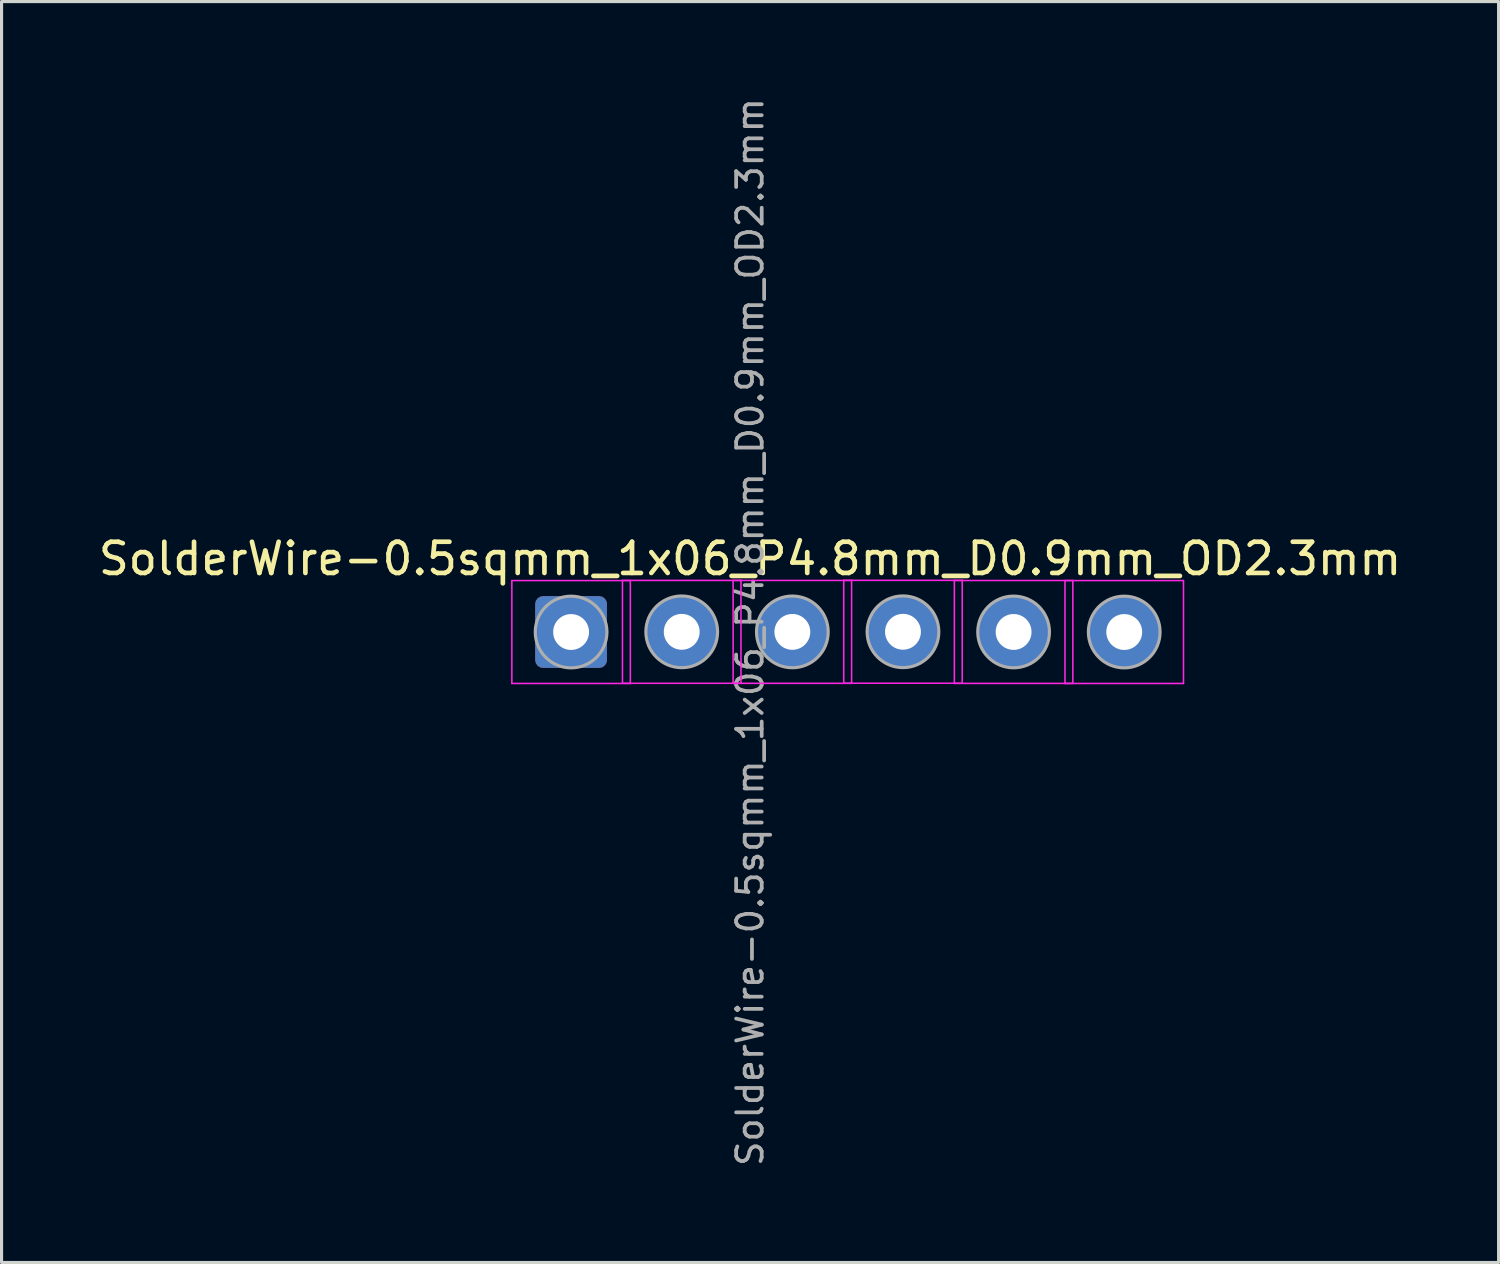
<source format=kicad_pcb>
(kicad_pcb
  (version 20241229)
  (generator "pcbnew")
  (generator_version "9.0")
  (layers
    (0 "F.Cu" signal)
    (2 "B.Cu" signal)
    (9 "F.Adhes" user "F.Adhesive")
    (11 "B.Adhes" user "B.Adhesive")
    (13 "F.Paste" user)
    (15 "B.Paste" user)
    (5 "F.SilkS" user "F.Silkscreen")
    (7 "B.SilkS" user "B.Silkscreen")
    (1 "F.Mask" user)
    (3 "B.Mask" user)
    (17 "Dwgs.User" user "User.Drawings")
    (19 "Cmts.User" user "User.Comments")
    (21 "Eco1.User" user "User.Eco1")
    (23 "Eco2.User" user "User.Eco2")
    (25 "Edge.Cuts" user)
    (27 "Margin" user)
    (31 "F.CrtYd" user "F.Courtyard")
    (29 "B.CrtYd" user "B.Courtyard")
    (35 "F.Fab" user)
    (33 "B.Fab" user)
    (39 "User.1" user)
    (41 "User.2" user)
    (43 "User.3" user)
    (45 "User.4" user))
  (footprint "SolderWire-0.5sqmm_1x06_P4.8mm_D0.9mm_OD2.3mm"
    (layer "F.Cu")
    (at 9.006 17.22)
    (property "Reference" "SolderWire-0.5sqmm_1x06_P4.8mm_D0.9mm_OD2.3mm" (at 12 -2.35 0) (layer "F.SilkS") (effects (font (size 1 1) (thickness 0.15))))
    (attr exclude_from_pos_files)
    (fp_line (start 4.36 -1.65) (end 4.36 1.65) (stroke (width 0.05) (type solid)) (layer "F.CrtYd"))
    (fp_line (start 4.36 1.65) (end 8.16 1.65) (stroke (width 0.05) (type solid)) (layer "F.CrtYd"))
    (fp_line (start 7.908 -1.656) (end 7.908 1.644) (stroke (width 0.05) (type solid)) (layer "F.CrtYd"))
    (fp_line (start 7.908 1.644) (end 11.708 1.644) (stroke (width 0.05) (type solid)) (layer "F.CrtYd"))
    (fp_line (start 8.16 -1.65) (end 4.36 -1.65) (stroke (width 0.05) (type solid)) (layer "F.CrtYd"))
    (fp_line (start 8.16 1.65) (end 8.16 -1.65) (stroke (width 0.05) (type solid)) (layer "F.CrtYd"))
    (fp_line (start 11.456 -1.654) (end 11.456 1.646) (stroke (width 0.05) (type solid)) (layer "F.CrtYd"))
    (fp_line (start 11.456 1.646) (end 15.256 1.646) (stroke (width 0.05) (type solid)) (layer "F.CrtYd"))
    (fp_line (start 11.708 -1.656) (end 7.908 -1.656) (stroke (width 0.05) (type solid)) (layer "F.CrtYd"))
    (fp_line (start 11.708 1.644) (end 11.708 -1.656) (stroke (width 0.05) (type solid)) (layer "F.CrtYd"))
    (fp_line (start 15.004 -1.658) (end 15.004 1.642) (stroke (width 0.05) (type solid)) (layer "F.CrtYd"))
    (fp_line (start 15.004 1.642) (end 18.804 1.642) (stroke (width 0.05) (type solid)) (layer "F.CrtYd"))
    (fp_line (start 15.256 -1.654) (end 11.456 -1.654) (stroke (width 0.05) (type solid)) (layer "F.CrtYd"))
    (fp_line (start 15.256 1.646) (end 15.256 -1.654) (stroke (width 0.05) (type solid)) (layer "F.CrtYd"))
    (fp_line (start 18.552 -1.652) (end 18.552 1.648) (stroke (width 0.05) (type solid)) (layer "F.CrtYd"))
    (fp_line (start 18.552 1.648) (end 22.352 1.648) (stroke (width 0.05) (type solid)) (layer "F.CrtYd"))
    (fp_line (start 18.804 -1.658) (end 15.004 -1.658) (stroke (width 0.05) (type solid)) (layer "F.CrtYd"))
    (fp_line (start 18.804 1.642) (end 18.804 -1.658) (stroke (width 0.05) (type solid)) (layer "F.CrtYd"))
    (fp_line (start 22.1 -1.65) (end 22.1 1.65) (stroke (width 0.05) (type solid)) (layer "F.CrtYd"))
    (fp_line (start 22.1 1.65) (end 25.9 1.65) (stroke (width 0.05) (type solid)) (layer "F.CrtYd"))
    (fp_line (start 22.352 -1.652) (end 18.552 -1.652) (stroke (width 0.05) (type solid)) (layer "F.CrtYd"))
    (fp_line (start 22.352 1.648) (end 22.352 -1.652) (stroke (width 0.05) (type solid)) (layer "F.CrtYd"))
    (fp_line (start 25.9 -1.65) (end 22.1 -1.65) (stroke (width 0.05) (type solid)) (layer "F.CrtYd"))
    (fp_line (start 25.9 1.65) (end 25.9 -1.65) (stroke (width 0.05) (type solid)) (layer "F.CrtYd"))
    (fp_circle (center 6.26 0) (end 7.41 0) (stroke (width 0.1) (type solid)) (fill no) (layer "F.Fab"))
    (fp_circle (center 9.808 -0.006) (end 10.958 -0.006) (stroke (width 0.1) (type solid)) (fill no) (layer "F.Fab"))
    (fp_circle (center 13.356 -0.004) (end 14.506 -0.004) (stroke (width 0.1) (type solid)) (fill no) (layer "F.Fab"))
    (fp_circle (center 16.904 -0.008) (end 18.054 -0.008) (stroke (width 0.1) (type solid)) (fill no) (layer "F.Fab"))
    (fp_circle (center 20.452 -0.002) (end 21.602 -0.002) (stroke (width 0.1) (type solid)) (fill no) (layer "F.Fab"))
    (fp_circle (center 24 0) (end 25.15 0) (stroke (width 0.1) (type solid)) (fill no) (layer "F.Fab"))
    (fp_text user "${REFERENCE}" (at 12 0 270) (layer "F.Fab") (effects (font (size 0.82 0.82) (thickness 0.12))))
    (pad "1" thru_hole roundrect (at 6.26 0) (size 2.3 2.3) (drill 1.15) (layers "*.Cu" "*.Mask") (roundrect_rratio 0.109))
    (pad "2" thru_hole circle (at 9.808 -0.006) (size 2.3 2.3) (drill 1.15) (layers "*.Cu" "*.Mask"))
    (pad "3" thru_hole circle (at 13.356 -0.004) (size 2.3 2.3) (drill 1.15) (layers "*.Cu" "*.Mask"))
    (pad "4" thru_hole circle (at 16.904 -0.008) (size 2.3 2.3) (drill 1.15) (layers "*.Cu" "*.Mask"))
    (pad "5" thru_hole circle (at 20.452 -0.002) (size 2.3 2.3) (drill 1.15) (layers "*.Cu" "*.Mask"))
    (pad "6" thru_hole circle (at 24 0) (size 2.3 2.3) (drill 1.15) (layers "*.Cu" "*.Mask")))
  (gr_rect
    (start -3 -3)
    (end 45.012 37.441)
    (stroke (width 0.1) (type default))
    (fill no)
    (layer "Edge.Cuts")))
</source>
